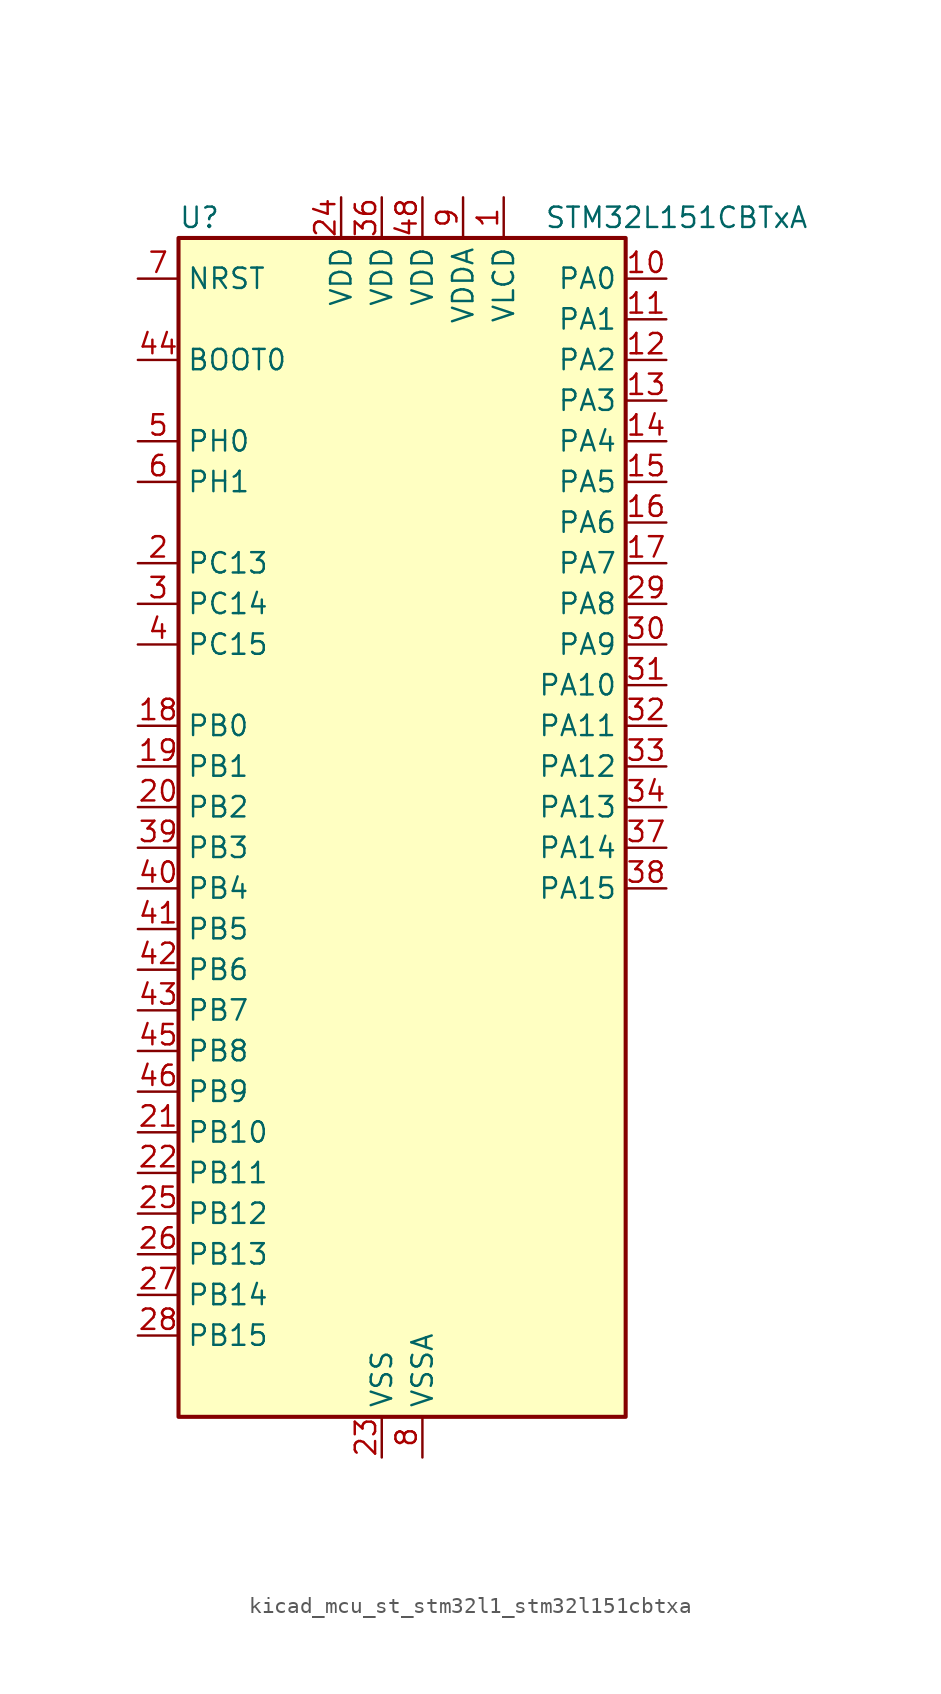
<source format=kicad_sym>
(kicad_symbol_lib
  (version 20220914)
  (generator kicad_symbol_editor)
  (symbol "kicad_mcu_st_stm32l1_stm32l151cbtxa"
    (property "Reference" "U"
      (at -12.7 39.37 0)
      (effects (font (size 1.27 1.27)) (justify left)))
    (property "Value" "STM32L151CBTxA"
      (at 10.16 39.37 0)
      (effects (font (size 1.27 1.27)) (justify left)))
    (property "ki_locked" ""
      (at 0 0 0)
      (effects (font (size 1.27 1.27))))
    (symbol "kicad_mcu_st_stm32l1_stm32l151cbtxa_0_1"
      (rectangle (start -12.7 -35.56) (end 15.24 38.1) (stroke (width 0.254) (type default)) (fill (type background))))
    (symbol "kicad_mcu_st_stm32l1_stm32l151cbtxa_1_1"
      (pin power_in line (at 7.62 40.64 270) (length 2.54) (name "VLCD" (effects (font (size 1.27 1.27)))) (number "1" (effects (font (size 1.27 1.27)))))
      (pin bidirectional line (at 17.78 35.56 180) (length 2.54) (name "PA0" (effects (font (size 1.27 1.27)))) (number "10" (effects (font (size 1.27 1.27)))) (alternate "ADC_IN0" bidirectional line) (alternate "COMP1_INP" bidirectional line) (alternate "RTC_TAMP2" bidirectional line) (alternate "SYS_WKUP1" bidirectional line) (alternate "TIM2_CH1" bidirectional line) (alternate "TIM2_ETR" bidirectional line) (alternate "TIMX_IC1" bidirectional line) (alternate "TS_G1_IO1" bidirectional line) (alternate "USART2_CTS" bidirectional line))
      (pin bidirectional line (at 17.78 33.02 180) (length 2.54) (name "PA1" (effects (font (size 1.27 1.27)))) (number "11" (effects (font (size 1.27 1.27)))) (alternate "ADC_IN1" bidirectional line) (alternate "COMP1_INP" bidirectional line) (alternate "TIM2_CH2" bidirectional line) (alternate "TIMX_IC2" bidirectional line) (alternate "TS_G1_IO2" bidirectional line) (alternate "USART2_RTS" bidirectional line))
      (pin bidirectional line (at 17.78 30.48 180) (length 2.54) (name "PA2" (effects (font (size 1.27 1.27)))) (number "12" (effects (font (size 1.27 1.27)))) (alternate "ADC_IN2" bidirectional line) (alternate "COMP1_INP" bidirectional line) (alternate "TIM2_CH3" bidirectional line) (alternate "TIM9_CH1" bidirectional line) (alternate "TIMX_IC3" bidirectional line) (alternate "TS_G1_IO3" bidirectional line) (alternate "USART2_TX" bidirectional line))
      (pin bidirectional line (at 17.78 27.94 180) (length 2.54) (name "PA3" (effects (font (size 1.27 1.27)))) (number "13" (effects (font (size 1.27 1.27)))) (alternate "ADC_IN3" bidirectional line) (alternate "COMP1_INP" bidirectional line) (alternate "TIM2_CH4" bidirectional line) (alternate "TIM9_CH2" bidirectional line) (alternate "TIMX_IC4" bidirectional line) (alternate "TS_G1_IO4" bidirectional line) (alternate "USART2_RX" bidirectional line))
      (pin bidirectional line (at 17.78 25.4 180) (length 2.54) (name "PA4" (effects (font (size 1.27 1.27)))) (number "14" (effects (font (size 1.27 1.27)))) (alternate "ADC_IN4" bidirectional line) (alternate "COMP1_INP" bidirectional line) (alternate "DAC_OUT1" bidirectional line) (alternate "SPI1_NSS" bidirectional line) (alternate "TIMX_IC1" bidirectional line) (alternate "USART2_CK" bidirectional line))
      (pin bidirectional line (at 17.78 22.86 180) (length 2.54) (name "PA5" (effects (font (size 1.27 1.27)))) (number "15" (effects (font (size 1.27 1.27)))) (alternate "ADC_IN5" bidirectional line) (alternate "COMP1_INP" bidirectional line) (alternate "DAC_OUT2" bidirectional line) (alternate "SPI1_SCK" bidirectional line) (alternate "TIM2_CH1" bidirectional line) (alternate "TIM2_ETR" bidirectional line) (alternate "TIMX_IC2" bidirectional line))
      (pin bidirectional line (at 17.78 20.32 180) (length 2.54) (name "PA6" (effects (font (size 1.27 1.27)))) (number "16" (effects (font (size 1.27 1.27)))) (alternate "ADC_IN6" bidirectional line) (alternate "COMP1_INP" bidirectional line) (alternate "SPI1_MISO" bidirectional line) (alternate "TIM10_CH1" bidirectional line) (alternate "TIM3_CH1" bidirectional line) (alternate "TIMX_IC3" bidirectional line) (alternate "TS_G2_IO1" bidirectional line))
      (pin bidirectional line (at 17.78 17.78 180) (length 2.54) (name "PA7" (effects (font (size 1.27 1.27)))) (number "17" (effects (font (size 1.27 1.27)))) (alternate "ADC_IN7" bidirectional line) (alternate "COMP1_INP" bidirectional line) (alternate "SPI1_MOSI" bidirectional line) (alternate "TIM11_CH1" bidirectional line) (alternate "TIM3_CH2" bidirectional line) (alternate "TIMX_IC4" bidirectional line) (alternate "TS_G2_IO2" bidirectional line))
      (pin bidirectional line (at -15.24 7.62 0) (length 2.54) (name "PB0" (effects (font (size 1.27 1.27)))) (number "18" (effects (font (size 1.27 1.27)))) (alternate "ADC_IN8" bidirectional line) (alternate "COMP1_INP" bidirectional line) (alternate "SYS_V_REF_OUT" bidirectional line) (alternate "TIM3_CH3" bidirectional line) (alternate "TS_G3_IO1" bidirectional line))
      (pin bidirectional line (at -15.24 5.08 0) (length 2.54) (name "PB1" (effects (font (size 1.27 1.27)))) (number "19" (effects (font (size 1.27 1.27)))) (alternate "ADC_IN9" bidirectional line) (alternate "COMP1_INP" bidirectional line) (alternate "SYS_V_REF_OUT" bidirectional line) (alternate "TIM3_CH4" bidirectional line) (alternate "TS_G3_IO2" bidirectional line))
      (pin bidirectional line (at -15.24 17.78 0) (length 2.54) (name "PC13" (effects (font (size 1.27 1.27)))) (number "2" (effects (font (size 1.27 1.27)))) (alternate "RTC_OUT_ALARM" bidirectional line) (alternate "RTC_OUT_CALIB" bidirectional line) (alternate "RTC_TAMP1" bidirectional line) (alternate "RTC_TS" bidirectional line) (alternate "SYS_WKUP2" bidirectional line) (alternate "TIMX_IC2" bidirectional line))
      (pin bidirectional line (at -15.24 2.54 0) (length 2.54) (name "PB2" (effects (font (size 1.27 1.27)))) (number "20" (effects (font (size 1.27 1.27)))) (alternate "TS_G3_IO3" bidirectional line))
      (pin bidirectional line (at -15.24 -17.78 0) (length 2.54) (name "PB10" (effects (font (size 1.27 1.27)))) (number "21" (effects (font (size 1.27 1.27)))) (alternate "I2C2_SCL" bidirectional line) (alternate "TIM2_CH3" bidirectional line) (alternate "USART3_TX" bidirectional line))
      (pin bidirectional line (at -15.24 -20.32 0) (length 2.54) (name "PB11" (effects (font (size 1.27 1.27)))) (number "22" (effects (font (size 1.27 1.27)))) (alternate "ADC_EXTI11" bidirectional line) (alternate "I2C2_SDA" bidirectional line) (alternate "TIM2_CH4" bidirectional line) (alternate "USART3_RX" bidirectional line))
      (pin power_in line (at 0 -38.1 90) (length 2.54) (name "VSS" (effects (font (size 1.27 1.27)))) (number "23" (effects (font (size 1.27 1.27)))))
      (pin power_in line (at -2.54 40.64 270) (length 2.54) (name "VDD" (effects (font (size 1.27 1.27)))) (number "24" (effects (font (size 1.27 1.27)))))
      (pin bidirectional line (at -15.24 -22.86 0) (length 2.54) (name "PB12" (effects (font (size 1.27 1.27)))) (number "25" (effects (font (size 1.27 1.27)))) (alternate "ADC_IN18" bidirectional line) (alternate "COMP1_INP" bidirectional line) (alternate "I2C2_SMBA" bidirectional line) (alternate "SPI2_NSS" bidirectional line) (alternate "TIM10_CH1" bidirectional line) (alternate "TS_G7_IO1" bidirectional line) (alternate "USART3_CK" bidirectional line))
      (pin bidirectional line (at -15.24 -25.4 0) (length 2.54) (name "PB13" (effects (font (size 1.27 1.27)))) (number "26" (effects (font (size 1.27 1.27)))) (alternate "ADC_IN19" bidirectional line) (alternate "COMP1_INP" bidirectional line) (alternate "SPI2_SCK" bidirectional line) (alternate "TIM9_CH1" bidirectional line) (alternate "TS_G7_IO2" bidirectional line) (alternate "USART3_CTS" bidirectional line))
      (pin bidirectional line (at -15.24 -27.94 0) (length 2.54) (name "PB14" (effects (font (size 1.27 1.27)))) (number "27" (effects (font (size 1.27 1.27)))) (alternate "ADC_IN20" bidirectional line) (alternate "COMP1_INP" bidirectional line) (alternate "SPI2_MISO" bidirectional line) (alternate "TIM9_CH2" bidirectional line) (alternate "TS_G7_IO3" bidirectional line) (alternate "USART3_RTS" bidirectional line))
      (pin bidirectional line (at -15.24 -30.48 0) (length 2.54) (name "PB15" (effects (font (size 1.27 1.27)))) (number "28" (effects (font (size 1.27 1.27)))) (alternate "ADC_EXTI15" bidirectional line) (alternate "ADC_IN21" bidirectional line) (alternate "COMP1_INP" bidirectional line) (alternate "RTC_REFIN" bidirectional line) (alternate "SPI2_MOSI" bidirectional line) (alternate "TIM11_CH1" bidirectional line) (alternate "TS_G7_IO4" bidirectional line))
      (pin bidirectional line (at 17.78 15.24 180) (length 2.54) (name "PA8" (effects (font (size 1.27 1.27)))) (number "29" (effects (font (size 1.27 1.27)))) (alternate "RCC_MCO" bidirectional line) (alternate "TIMX_IC1" bidirectional line) (alternate "TS_G4_IO1" bidirectional line) (alternate "USART1_CK" bidirectional line))
      (pin bidirectional line (at -15.24 15.24 0) (length 2.54) (name "PC14" (effects (font (size 1.27 1.27)))) (number "3" (effects (font (size 1.27 1.27)))) (alternate "RCC_OSC32_IN" bidirectional line) (alternate "TIMX_IC3" bidirectional line))
      (pin bidirectional line (at 17.78 12.7 180) (length 2.54) (name "PA9" (effects (font (size 1.27 1.27)))) (number "30" (effects (font (size 1.27 1.27)))) (alternate "DAC_EXTI9" bidirectional line) (alternate "TIMX_IC2" bidirectional line) (alternate "TS_G4_IO2" bidirectional line) (alternate "USART1_TX" bidirectional line))
      (pin bidirectional line (at 17.78 10.16 180) (length 2.54) (name "PA10" (effects (font (size 1.27 1.27)))) (number "31" (effects (font (size 1.27 1.27)))) (alternate "TIMX_IC3" bidirectional line) (alternate "TS_G4_IO3" bidirectional line) (alternate "USART1_RX" bidirectional line))
      (pin bidirectional line (at 17.78 7.62 180) (length 2.54) (name "PA11" (effects (font (size 1.27 1.27)))) (number "32" (effects (font (size 1.27 1.27)))) (alternate "ADC_EXTI11" bidirectional line) (alternate "SPI1_MISO" bidirectional line) (alternate "TIMX_IC4" bidirectional line) (alternate "USART1_CTS" bidirectional line) (alternate "USB_DM" bidirectional line))
      (pin bidirectional line (at 17.78 5.08 180) (length 2.54) (name "PA12" (effects (font (size 1.27 1.27)))) (number "33" (effects (font (size 1.27 1.27)))) (alternate "SPI1_MOSI" bidirectional line) (alternate "TIMX_IC1" bidirectional line) (alternate "USART1_RTS" bidirectional line) (alternate "USB_DP" bidirectional line))
      (pin bidirectional line (at 17.78 2.54 180) (length 2.54) (name "PA13" (effects (font (size 1.27 1.27)))) (number "34" (effects (font (size 1.27 1.27)))) (alternate "SYS_JTMS-SWDIO" bidirectional line) (alternate "TIMX_IC2" bidirectional line) (alternate "TS_G5_IO1" bidirectional line))
      (pin passive line (at 0 -38.1 90) (length 2.54) hide (name "VSS" (effects (font (size 1.27 1.27)))) (number "35" (effects (font (size 1.27 1.27)))))
      (pin power_in line (at 0 40.64 270) (length 2.54) (name "VDD" (effects (font (size 1.27 1.27)))) (number "36" (effects (font (size 1.27 1.27)))))
      (pin bidirectional line (at 17.78 0 180) (length 2.54) (name "PA14" (effects (font (size 1.27 1.27)))) (number "37" (effects (font (size 1.27 1.27)))) (alternate "SYS_JTCK-SWCLK" bidirectional line) (alternate "TIMX_IC3" bidirectional line) (alternate "TS_G5_IO2" bidirectional line))
      (pin bidirectional line (at 17.78 -2.54 180) (length 2.54) (name "PA15" (effects (font (size 1.27 1.27)))) (number "38" (effects (font (size 1.27 1.27)))) (alternate "ADC_EXTI15" bidirectional line) (alternate "SPI1_NSS" bidirectional line) (alternate "SYS_JTDI" bidirectional line) (alternate "TIM2_CH1" bidirectional line) (alternate "TIM2_ETR" bidirectional line) (alternate "TIMX_IC4" bidirectional line) (alternate "TS_G5_IO3" bidirectional line))
      (pin bidirectional line (at -15.24 0 0) (length 2.54) (name "PB3" (effects (font (size 1.27 1.27)))) (number "39" (effects (font (size 1.27 1.27)))) (alternate "COMP2_INM" bidirectional line) (alternate "SPI1_SCK" bidirectional line) (alternate "SYS_JTDO-TRACESWO" bidirectional line) (alternate "TIM2_CH2" bidirectional line))
      (pin bidirectional line (at -15.24 12.7 0) (length 2.54) (name "PC15" (effects (font (size 1.27 1.27)))) (number "4" (effects (font (size 1.27 1.27)))) (alternate "ADC_EXTI15" bidirectional line) (alternate "RCC_OSC32_OUT" bidirectional line) (alternate "TIMX_IC4" bidirectional line))
      (pin bidirectional line (at -15.24 -2.54 0) (length 2.54) (name "PB4" (effects (font (size 1.27 1.27)))) (number "40" (effects (font (size 1.27 1.27)))) (alternate "COMP2_INP" bidirectional line) (alternate "SPI1_MISO" bidirectional line) (alternate "SYS_JTRST" bidirectional line) (alternate "TIM3_CH1" bidirectional line) (alternate "TS_G6_IO1" bidirectional line))
      (pin bidirectional line (at -15.24 -5.08 0) (length 2.54) (name "PB5" (effects (font (size 1.27 1.27)))) (number "41" (effects (font (size 1.27 1.27)))) (alternate "COMP2_INP" bidirectional line) (alternate "I2C1_SMBA" bidirectional line) (alternate "SPI1_MOSI" bidirectional line) (alternate "TIM3_CH2" bidirectional line) (alternate "TS_G6_IO2" bidirectional line))
      (pin bidirectional line (at -15.24 -7.62 0) (length 2.54) (name "PB6" (effects (font (size 1.27 1.27)))) (number "42" (effects (font (size 1.27 1.27)))) (alternate "I2C1_SCL" bidirectional line) (alternate "TIM4_CH1" bidirectional line) (alternate "TS_G6_IO3" bidirectional line) (alternate "USART1_TX" bidirectional line))
      (pin bidirectional line (at -15.24 -10.16 0) (length 2.54) (name "PB7" (effects (font (size 1.27 1.27)))) (number "43" (effects (font (size 1.27 1.27)))) (alternate "I2C1_SDA" bidirectional line) (alternate "SYS_PVD_IN" bidirectional line) (alternate "TIM4_CH2" bidirectional line) (alternate "TS_G6_IO4" bidirectional line) (alternate "USART1_RX" bidirectional line))
      (pin input line (at -15.24 30.48 0) (length 2.54) (name "BOOT0" (effects (font (size 1.27 1.27)))) (number "44" (effects (font (size 1.27 1.27)))))
      (pin bidirectional line (at -15.24 -12.7 0) (length 2.54) (name "PB8" (effects (font (size 1.27 1.27)))) (number "45" (effects (font (size 1.27 1.27)))) (alternate "I2C1_SCL" bidirectional line) (alternate "TIM10_CH1" bidirectional line) (alternate "TIM4_CH3" bidirectional line))
      (pin bidirectional line (at -15.24 -15.24 0) (length 2.54) (name "PB9" (effects (font (size 1.27 1.27)))) (number "46" (effects (font (size 1.27 1.27)))) (alternate "DAC_EXTI9" bidirectional line) (alternate "I2C1_SDA" bidirectional line) (alternate "TIM11_CH1" bidirectional line) (alternate "TIM4_CH4" bidirectional line))
      (pin passive line (at 0 -38.1 90) (length 2.54) hide (name "VSS" (effects (font (size 1.27 1.27)))) (number "47" (effects (font (size 1.27 1.27)))))
      (pin power_in line (at 2.54 40.64 270) (length 2.54) (name "VDD" (effects (font (size 1.27 1.27)))) (number "48" (effects (font (size 1.27 1.27)))))
      (pin bidirectional line (at -15.24 25.4 0) (length 2.54) (name "PH0" (effects (font (size 1.27 1.27)))) (number "5" (effects (font (size 1.27 1.27)))) (alternate "RCC_OSC_IN" bidirectional line))
      (pin bidirectional line (at -15.24 22.86 0) (length 2.54) (name "PH1" (effects (font (size 1.27 1.27)))) (number "6" (effects (font (size 1.27 1.27)))) (alternate "RCC_OSC_OUT" bidirectional line))
      (pin input line (at -15.24 35.56 0) (length 2.54) (name "NRST" (effects (font (size 1.27 1.27)))) (number "7" (effects (font (size 1.27 1.27)))))
      (pin power_in line (at 2.54 -38.1 90) (length 2.54) (name "VSSA" (effects (font (size 1.27 1.27)))) (number "8" (effects (font (size 1.27 1.27)))))
      (pin power_in line (at 5.08 40.64 270) (length 2.54) (name "VDDA" (effects (font (size 1.27 1.27)))) (number "9" (effects (font (size 1.27 1.27))))))))
</source>
